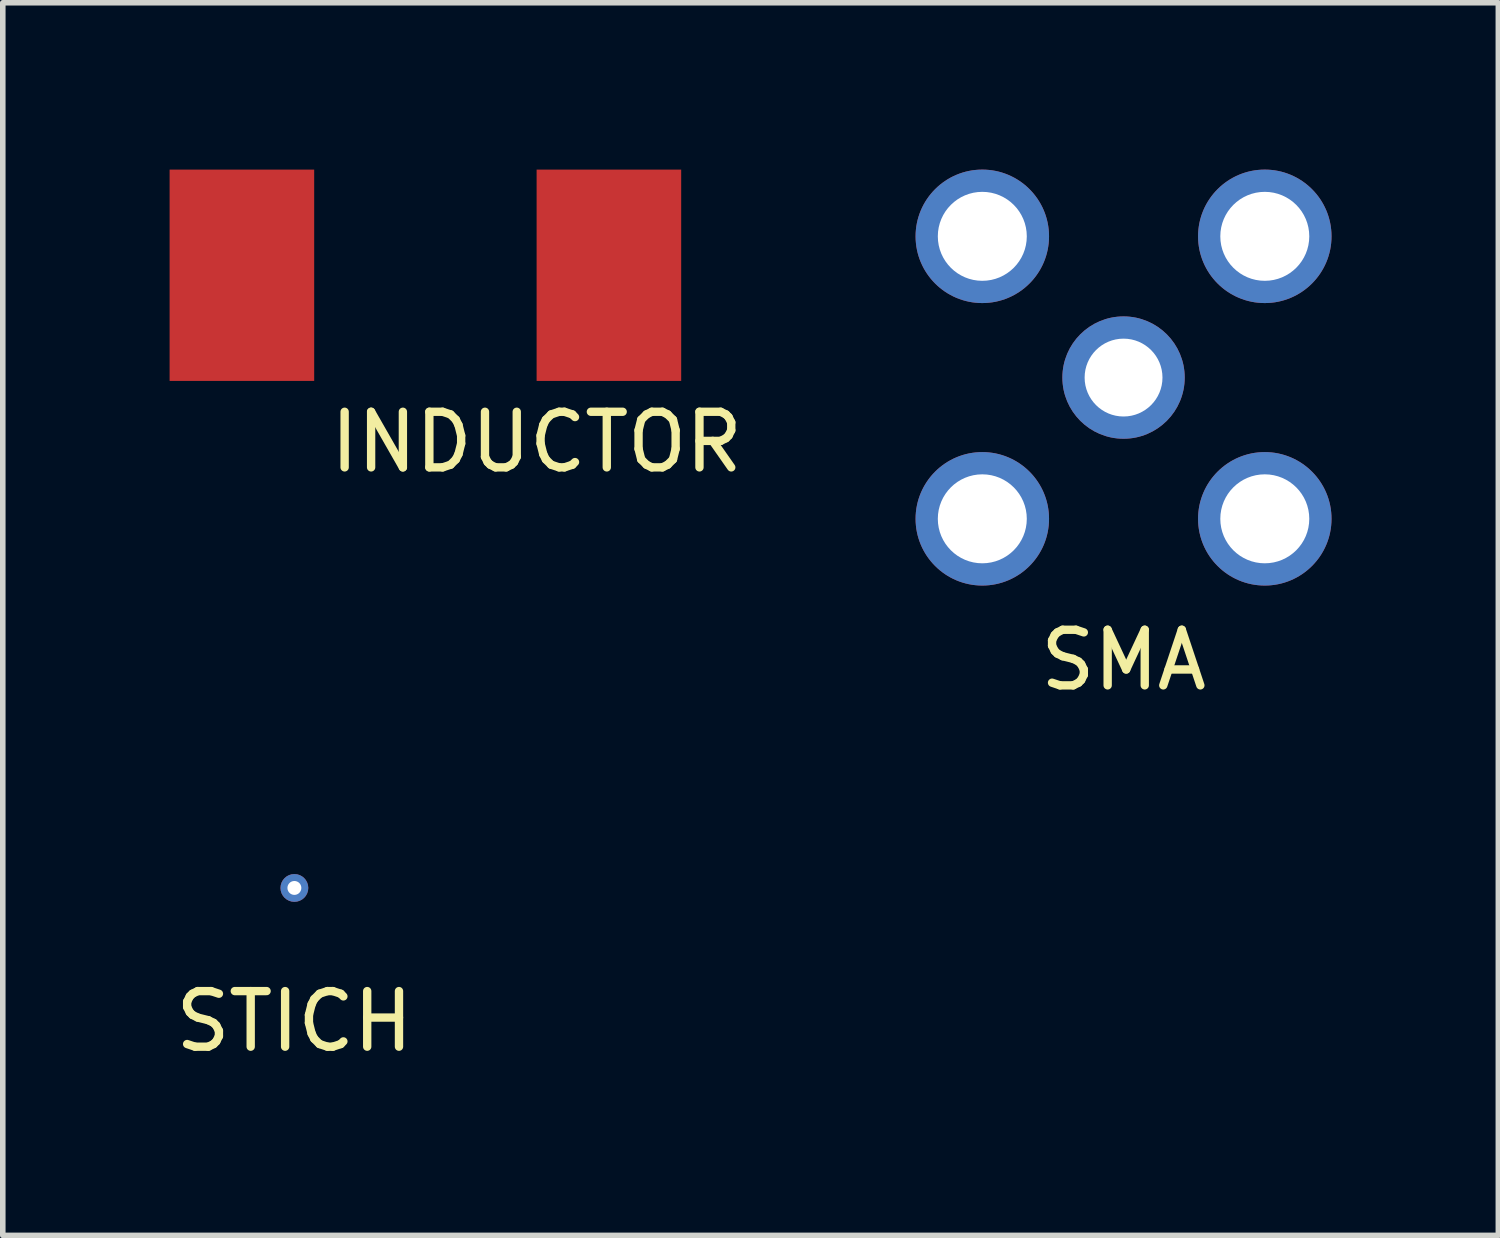
<source format=kicad_pcb>
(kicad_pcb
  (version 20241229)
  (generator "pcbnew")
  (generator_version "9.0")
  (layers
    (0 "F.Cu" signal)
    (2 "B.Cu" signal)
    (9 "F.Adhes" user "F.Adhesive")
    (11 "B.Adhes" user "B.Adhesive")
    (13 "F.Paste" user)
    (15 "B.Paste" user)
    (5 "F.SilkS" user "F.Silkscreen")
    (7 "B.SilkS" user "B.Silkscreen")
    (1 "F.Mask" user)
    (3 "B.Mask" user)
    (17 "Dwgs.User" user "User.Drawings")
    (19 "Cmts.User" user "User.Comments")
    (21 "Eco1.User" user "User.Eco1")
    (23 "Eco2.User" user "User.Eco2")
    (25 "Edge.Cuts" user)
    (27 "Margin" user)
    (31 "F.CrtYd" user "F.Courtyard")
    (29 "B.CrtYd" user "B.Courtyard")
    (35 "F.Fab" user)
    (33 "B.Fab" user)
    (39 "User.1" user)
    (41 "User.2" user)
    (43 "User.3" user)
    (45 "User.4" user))
  (footprint "STICH"
    (layer "F.Cu")
    (at 2.244 12.918)
    (property "Reference" "STICH" (at 0 2.4 0) (layer "F.SilkS") (effects (font (size 1 1) (thickness 0.15))))
    (attr through_hole)
    (pad "1" thru_hole circle (at 0 0) (size 0.5 0.5) (drill 0.25) (layers "*.Cu")))
  (footprint "INDUCTOR"
    (layer "F.Cu")
    (at 4.6 1.9)
    (property "Reference" "INDUCTOR" (at 2 3 0) (layer "F.SilkS") (effects (font (size 1 1) (thickness 0.15))))
    (attr through_hole)
    (pad "1" smd rect (at -3.3 0) (size 2.6 3.8) (layers "F.Cu" "F.Mask" "F.Paste"))
    (pad "2" smd rect (at 3.3 0) (size 2.6 3.8) (layers "F.Cu" "F.Mask" "F.Paste")))
  (footprint "SMA"
    (layer "F.Cu")
    (at 17.155 3.74)
    (property "Reference" "SMA" (at 0 5.08 0) (layer "F.SilkS") (effects (font (size 1 1) (thickness 0.15))))
    (attr through_hole)
    (pad "1" thru_hole circle (at 0 0) (size 2.2 2.2) (drill 1.4) (layers "*.Cu" "*.Mask"))
    (pad "GND" thru_hole circle (at -2.54 -2.54) (size 2.4 2.4) (drill 1.6) (layers "*.Cu" "*.Mask"))
    (pad "GND" thru_hole circle (at -2.54 2.54) (size 2.4 2.4) (drill 1.6) (layers "*.Cu" "*.Mask"))
    (pad "GND" thru_hole circle (at 2.54 -2.54) (size 2.4 2.4) (drill 1.6) (layers "*.Cu" "*.Mask"))
    (pad "GND" thru_hole circle (at 2.54 2.54) (size 2.4 2.4) (drill 1.6) (layers "*.Cu" "*.Mask")))
  (gr_rect
    (start -3 -3)
    (end 23.895 19.166)
    (stroke (width 0.1) (type default))
    (fill no)
    (layer "Edge.Cuts")))
</source>
